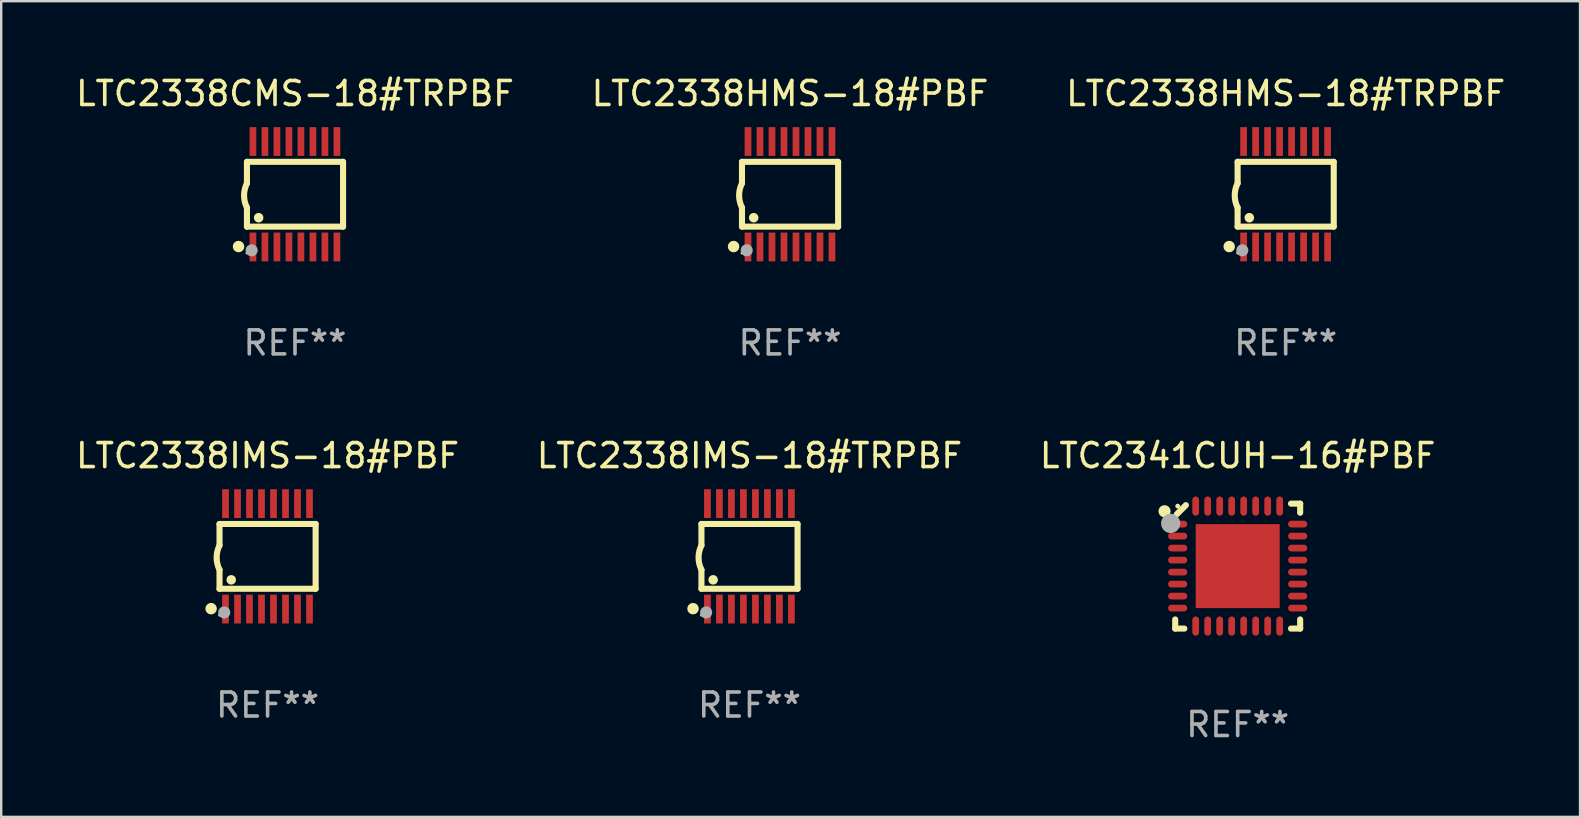
<source format=kicad_pcb>
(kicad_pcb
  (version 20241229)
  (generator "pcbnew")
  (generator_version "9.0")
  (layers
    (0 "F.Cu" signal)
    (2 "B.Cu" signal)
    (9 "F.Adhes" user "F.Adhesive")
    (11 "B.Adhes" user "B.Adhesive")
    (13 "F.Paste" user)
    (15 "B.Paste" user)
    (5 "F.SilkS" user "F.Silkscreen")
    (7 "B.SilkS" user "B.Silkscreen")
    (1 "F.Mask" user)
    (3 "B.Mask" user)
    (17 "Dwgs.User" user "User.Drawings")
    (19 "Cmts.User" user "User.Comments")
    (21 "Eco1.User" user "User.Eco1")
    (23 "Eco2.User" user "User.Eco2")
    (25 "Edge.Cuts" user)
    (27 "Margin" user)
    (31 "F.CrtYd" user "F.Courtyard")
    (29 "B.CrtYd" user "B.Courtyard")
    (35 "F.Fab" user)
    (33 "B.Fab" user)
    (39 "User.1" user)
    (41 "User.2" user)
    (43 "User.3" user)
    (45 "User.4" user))
  (footprint "LTC2338IMS-18#TRPBF"
    (layer "F.Cu")
    (at 28.185 20.136)
    (property "Reference" "LTC2338IMS-18#TRPBF" (at 0 -4.197 0) (layer "F.SilkS") (effects (font (size 1 1) (thickness 0.15))))
    (attr through_hole)
    (fp_line (start -2.003 -1.35) (end -2.003 -0.457) (stroke (width 0.254) (type solid)) (layer "F.SilkS"))
    (fp_line (start -2.003 -1.35) (end 2.003 -1.35) (stroke (width 0.254) (type solid)) (layer "F.SilkS"))
    (fp_line (start -2.003 1.35) (end -2.003 0.559) (stroke (width 0.254) (type solid)) (layer "F.SilkS"))
    (fp_line (start -2.003 1.35) (end 2.003 1.35) (stroke (width 0.254) (type solid)) (layer "F.SilkS"))
    (fp_line (start 2.003 -1.35) (end 2.003 1.35) (stroke (width 0.254) (type solid)) (layer "F.SilkS"))
    (fp_arc (start -2.002286 0.558802) (mid -2.122556 0.05092) (end -2.003302 -0.457201) (stroke (width 0.254001) (type solid)) (layer "F.SilkS"))
    (fp_circle (center -2.353 2.18) (end -2.233 2.18) (stroke (width 0.24) (type solid)) (fill no) (layer "F.SilkS"))
    (fp_circle (center -2.003 2.45) (end -1.973 2.45) (stroke (width 0.06) (type solid)) (fill no) (layer "F.SilkS"))
    (fp_circle (center -1.515 0.978) (end -1.415 0.978) (stroke (width 0.2) (type solid)) (fill no) (layer "F.SilkS"))
    (fp_circle (center -1.807 2.337) (end -1.68 2.337) (stroke (width 0.254) (type solid)) (fill no) (layer "F.Fab"))
    (fp_text user "REF**" (at 0 6.197 0) (layer "F.Fab") (effects (font (size 1 1) (thickness 0.15))))
    (pad "1" smd rect (at -1.753 2.197 90) (size 1.2 0.28) (layers "F.Cu" "F.Mask" "F.Paste"))
    (pad "2" smd rect (at -1.253 2.197 90) (size 1.2 0.28) (layers "F.Cu" "F.Mask" "F.Paste"))
    (pad "3" smd rect (at -0.753 2.197 90) (size 1.2 0.28) (layers "F.Cu" "F.Mask" "F.Paste"))
    (pad "4" smd rect (at -0.253 2.197 90) (size 1.2 0.28) (layers "F.Cu" "F.Mask" "F.Paste"))
    (pad "5" smd rect (at 0.247 2.197 90) (size 1.2 0.28) (layers "F.Cu" "F.Mask" "F.Paste"))
    (pad "6" smd rect (at 0.747 2.197 90) (size 1.2 0.28) (layers "F.Cu" "F.Mask" "F.Paste"))
    (pad "7" smd rect (at 1.247 2.197 90) (size 1.2 0.28) (layers "F.Cu" "F.Mask" "F.Paste"))
    (pad "8" smd rect (at 1.747 2.197 90) (size 1.2 0.28) (layers "F.Cu" "F.Mask" "F.Paste"))
    (pad "9" smd rect (at 1.747 -2.197 90) (size 1.2 0.28) (layers "F.Cu" "F.Mask" "F.Paste"))
    (pad "10" smd rect (at 1.247 -2.197 90) (size 1.2 0.28) (layers "F.Cu" "F.Mask" "F.Paste"))
    (pad "11" smd rect (at 0.747 -2.197 90) (size 1.2 0.28) (layers "F.Cu" "F.Mask" "F.Paste"))
    (pad "12" smd rect (at 0.247 -2.197 90) (size 1.2 0.28) (layers "F.Cu" "F.Mask" "F.Paste"))
    (pad "13" smd rect (at -0.253 -2.197 90) (size 1.2 0.28) (layers "F.Cu" "F.Mask" "F.Paste"))
    (pad "14" smd rect (at -0.753 -2.197 90) (size 1.2 0.28) (layers "F.Cu" "F.Mask" "F.Paste"))
    (pad "15" smd rect (at -1.253 -2.197 90) (size 1.2 0.28) (layers "F.Cu" "F.Mask" "F.Paste"))
    (pad "16" smd rect (at -1.753 -2.197 90) (size 1.2 0.28) (layers "F.Cu" "F.Mask" "F.Paste")))
  (footprint "LTC2338HMS-18#TRPBF"
    (layer "F.Cu")
    (at 50.53 5.045)
    (property "Reference" "LTC2338HMS-18#TRPBF" (at 0 -4.197 0) (layer "F.SilkS") (effects (font (size 1 1) (thickness 0.15))))
    (attr through_hole)
    (fp_line (start -2.003 -1.35) (end -2.003 -0.457) (stroke (width 0.254) (type solid)) (layer "F.SilkS"))
    (fp_line (start -2.003 -1.35) (end 2.003 -1.35) (stroke (width 0.254) (type solid)) (layer "F.SilkS"))
    (fp_line (start -2.003 1.35) (end -2.003 0.559) (stroke (width 0.254) (type solid)) (layer "F.SilkS"))
    (fp_line (start -2.003 1.35) (end 2.003 1.35) (stroke (width 0.254) (type solid)) (layer "F.SilkS"))
    (fp_line (start 2.003 -1.35) (end 2.003 1.35) (stroke (width 0.254) (type solid)) (layer "F.SilkS"))
    (fp_arc (start -2.002286 0.558802) (mid -2.122556 0.05092) (end -2.003302 -0.457201) (stroke (width 0.254001) (type solid)) (layer "F.SilkS"))
    (fp_circle (center -2.353 2.18) (end -2.233 2.18) (stroke (width 0.24) (type solid)) (fill no) (layer "F.SilkS"))
    (fp_circle (center -2.003 2.45) (end -1.973 2.45) (stroke (width 0.06) (type solid)) (fill no) (layer "F.SilkS"))
    (fp_circle (center -1.515 0.978) (end -1.415 0.978) (stroke (width 0.2) (type solid)) (fill no) (layer "F.SilkS"))
    (fp_circle (center -1.807 2.337) (end -1.68 2.337) (stroke (width 0.254) (type solid)) (fill no) (layer "F.Fab"))
    (fp_text user "REF**" (at 0 6.197 0) (layer "F.Fab") (effects (font (size 1 1) (thickness 0.15))))
    (pad "1" smd rect (at -1.753 2.197 90) (size 1.2 0.28) (layers "F.Cu" "F.Mask" "F.Paste"))
    (pad "2" smd rect (at -1.253 2.197 90) (size 1.2 0.28) (layers "F.Cu" "F.Mask" "F.Paste"))
    (pad "3" smd rect (at -0.753 2.197 90) (size 1.2 0.28) (layers "F.Cu" "F.Mask" "F.Paste"))
    (pad "4" smd rect (at -0.253 2.197 90) (size 1.2 0.28) (layers "F.Cu" "F.Mask" "F.Paste"))
    (pad "5" smd rect (at 0.247 2.197 90) (size 1.2 0.28) (layers "F.Cu" "F.Mask" "F.Paste"))
    (pad "6" smd rect (at 0.747 2.197 90) (size 1.2 0.28) (layers "F.Cu" "F.Mask" "F.Paste"))
    (pad "7" smd rect (at 1.247 2.197 90) (size 1.2 0.28) (layers "F.Cu" "F.Mask" "F.Paste"))
    (pad "8" smd rect (at 1.747 2.197 90) (size 1.2 0.28) (layers "F.Cu" "F.Mask" "F.Paste"))
    (pad "9" smd rect (at 1.747 -2.197 90) (size 1.2 0.28) (layers "F.Cu" "F.Mask" "F.Paste"))
    (pad "10" smd rect (at 1.247 -2.197 90) (size 1.2 0.28) (layers "F.Cu" "F.Mask" "F.Paste"))
    (pad "11" smd rect (at 0.747 -2.197 90) (size 1.2 0.28) (layers "F.Cu" "F.Mask" "F.Paste"))
    (pad "12" smd rect (at 0.247 -2.197 90) (size 1.2 0.28) (layers "F.Cu" "F.Mask" "F.Paste"))
    (pad "13" smd rect (at -0.253 -2.197 90) (size 1.2 0.28) (layers "F.Cu" "F.Mask" "F.Paste"))
    (pad "14" smd rect (at -0.753 -2.197 90) (size 1.2 0.28) (layers "F.Cu" "F.Mask" "F.Paste"))
    (pad "15" smd rect (at -1.253 -2.197 90) (size 1.2 0.28) (layers "F.Cu" "F.Mask" "F.Paste"))
    (pad "16" smd rect (at -1.753 -2.197 90) (size 1.2 0.28) (layers "F.Cu" "F.Mask" "F.Paste")))
  (footprint "LTC2338CMS-18#TRPBF"
    (layer "F.Cu")
    (at 9.244 5.045)
    (property "Reference" "LTC2338CMS-18#TRPBF" (at 0 -4.197 0) (layer "F.SilkS") (effects (font (size 1 1) (thickness 0.15))))
    (attr through_hole)
    (fp_line (start -2.003 -1.35) (end -2.003 -0.457) (stroke (width 0.254) (type solid)) (layer "F.SilkS"))
    (fp_line (start -2.003 -1.35) (end 2.003 -1.35) (stroke (width 0.254) (type solid)) (layer "F.SilkS"))
    (fp_line (start -2.003 1.35) (end -2.003 0.559) (stroke (width 0.254) (type solid)) (layer "F.SilkS"))
    (fp_line (start -2.003 1.35) (end 2.003 1.35) (stroke (width 0.254) (type solid)) (layer "F.SilkS"))
    (fp_line (start 2.003 -1.35) (end 2.003 1.35) (stroke (width 0.254) (type solid)) (layer "F.SilkS"))
    (fp_arc (start -2.002286 0.558802) (mid -2.122556 0.05092) (end -2.003302 -0.457201) (stroke (width 0.254001) (type solid)) (layer "F.SilkS"))
    (fp_circle (center -2.353 2.18) (end -2.233 2.18) (stroke (width 0.24) (type solid)) (fill no) (layer "F.SilkS"))
    (fp_circle (center -2.003 2.45) (end -1.973 2.45) (stroke (width 0.06) (type solid)) (fill no) (layer "F.SilkS"))
    (fp_circle (center -1.515 0.978) (end -1.415 0.978) (stroke (width 0.2) (type solid)) (fill no) (layer "F.SilkS"))
    (fp_circle (center -1.807 2.337) (end -1.68 2.337) (stroke (width 0.254) (type solid)) (fill no) (layer "F.Fab"))
    (fp_text user "REF**" (at 0 6.197 0) (layer "F.Fab") (effects (font (size 1 1) (thickness 0.15))))
    (pad "1" smd rect (at -1.753 2.197 90) (size 1.2 0.28) (layers "F.Cu" "F.Mask" "F.Paste"))
    (pad "2" smd rect (at -1.253 2.197 90) (size 1.2 0.28) (layers "F.Cu" "F.Mask" "F.Paste"))
    (pad "3" smd rect (at -0.753 2.197 90) (size 1.2 0.28) (layers "F.Cu" "F.Mask" "F.Paste"))
    (pad "4" smd rect (at -0.253 2.197 90) (size 1.2 0.28) (layers "F.Cu" "F.Mask" "F.Paste"))
    (pad "5" smd rect (at 0.247 2.197 90) (size 1.2 0.28) (layers "F.Cu" "F.Mask" "F.Paste"))
    (pad "6" smd rect (at 0.747 2.197 90) (size 1.2 0.28) (layers "F.Cu" "F.Mask" "F.Paste"))
    (pad "7" smd rect (at 1.247 2.197 90) (size 1.2 0.28) (layers "F.Cu" "F.Mask" "F.Paste"))
    (pad "8" smd rect (at 1.747 2.197 90) (size 1.2 0.28) (layers "F.Cu" "F.Mask" "F.Paste"))
    (pad "9" smd rect (at 1.747 -2.197 90) (size 1.2 0.28) (layers "F.Cu" "F.Mask" "F.Paste"))
    (pad "10" smd rect (at 1.247 -2.197 90) (size 1.2 0.28) (layers "F.Cu" "F.Mask" "F.Paste"))
    (pad "11" smd rect (at 0.747 -2.197 90) (size 1.2 0.28) (layers "F.Cu" "F.Mask" "F.Paste"))
    (pad "12" smd rect (at 0.247 -2.197 90) (size 1.2 0.28) (layers "F.Cu" "F.Mask" "F.Paste"))
    (pad "13" smd rect (at -0.253 -2.197 90) (size 1.2 0.28) (layers "F.Cu" "F.Mask" "F.Paste"))
    (pad "14" smd rect (at -0.753 -2.197 90) (size 1.2 0.28) (layers "F.Cu" "F.Mask" "F.Paste"))
    (pad "15" smd rect (at -1.253 -2.197 90) (size 1.2 0.28) (layers "F.Cu" "F.Mask" "F.Paste"))
    (pad "16" smd rect (at -1.753 -2.197 90) (size 1.2 0.28) (layers "F.Cu" "F.Mask" "F.Paste")))
  (footprint "LTC2338IMS-18#PBF"
    (layer "F.Cu")
    (at 8.101 20.136)
    (property "Reference" "LTC2338IMS-18#PBF" (at 0 -4.197 0) (layer "F.SilkS") (effects (font (size 1 1) (thickness 0.15))))
    (attr through_hole)
    (fp_line (start -2.003 -1.35) (end -2.003 -0.457) (stroke (width 0.254) (type solid)) (layer "F.SilkS"))
    (fp_line (start -2.003 -1.35) (end 2.003 -1.35) (stroke (width 0.254) (type solid)) (layer "F.SilkS"))
    (fp_line (start -2.003 1.35) (end -2.003 0.559) (stroke (width 0.254) (type solid)) (layer "F.SilkS"))
    (fp_line (start -2.003 1.35) (end 2.003 1.35) (stroke (width 0.254) (type solid)) (layer "F.SilkS"))
    (fp_line (start 2.003 -1.35) (end 2.003 1.35) (stroke (width 0.254) (type solid)) (layer "F.SilkS"))
    (fp_arc (start -2.002286 0.558802) (mid -2.122556 0.05092) (end -2.003302 -0.457201) (stroke (width 0.254001) (type solid)) (layer "F.SilkS"))
    (fp_circle (center -2.353 2.18) (end -2.233 2.18) (stroke (width 0.24) (type solid)) (fill no) (layer "F.SilkS"))
    (fp_circle (center -2.003 2.45) (end -1.973 2.45) (stroke (width 0.06) (type solid)) (fill no) (layer "F.SilkS"))
    (fp_circle (center -1.515 0.978) (end -1.415 0.978) (stroke (width 0.2) (type solid)) (fill no) (layer "F.SilkS"))
    (fp_circle (center -1.807 2.337) (end -1.68 2.337) (stroke (width 0.254) (type solid)) (fill no) (layer "F.Fab"))
    (fp_text user "REF**" (at 0 6.197 0) (layer "F.Fab") (effects (font (size 1 1) (thickness 0.15))))
    (pad "1" smd rect (at -1.753 2.197 90) (size 1.2 0.28) (layers "F.Cu" "F.Mask" "F.Paste"))
    (pad "2" smd rect (at -1.253 2.197 90) (size 1.2 0.28) (layers "F.Cu" "F.Mask" "F.Paste"))
    (pad "3" smd rect (at -0.753 2.197 90) (size 1.2 0.28) (layers "F.Cu" "F.Mask" "F.Paste"))
    (pad "4" smd rect (at -0.253 2.197 90) (size 1.2 0.28) (layers "F.Cu" "F.Mask" "F.Paste"))
    (pad "5" smd rect (at 0.247 2.197 90) (size 1.2 0.28) (layers "F.Cu" "F.Mask" "F.Paste"))
    (pad "6" smd rect (at 0.747 2.197 90) (size 1.2 0.28) (layers "F.Cu" "F.Mask" "F.Paste"))
    (pad "7" smd rect (at 1.247 2.197 90) (size 1.2 0.28) (layers "F.Cu" "F.Mask" "F.Paste"))
    (pad "8" smd rect (at 1.747 2.197 90) (size 1.2 0.28) (layers "F.Cu" "F.Mask" "F.Paste"))
    (pad "9" smd rect (at 1.747 -2.197 90) (size 1.2 0.28) (layers "F.Cu" "F.Mask" "F.Paste"))
    (pad "10" smd rect (at 1.247 -2.197 90) (size 1.2 0.28) (layers "F.Cu" "F.Mask" "F.Paste"))
    (pad "11" smd rect (at 0.747 -2.197 90) (size 1.2 0.28) (layers "F.Cu" "F.Mask" "F.Paste"))
    (pad "12" smd rect (at 0.247 -2.197 90) (size 1.2 0.28) (layers "F.Cu" "F.Mask" "F.Paste"))
    (pad "13" smd rect (at -0.253 -2.197 90) (size 1.2 0.28) (layers "F.Cu" "F.Mask" "F.Paste"))
    (pad "14" smd rect (at -0.753 -2.197 90) (size 1.2 0.28) (layers "F.Cu" "F.Mask" "F.Paste"))
    (pad "15" smd rect (at -1.253 -2.197 90) (size 1.2 0.28) (layers "F.Cu" "F.Mask" "F.Paste"))
    (pad "16" smd rect (at -1.753 -2.197 90) (size 1.2 0.28) (layers "F.Cu" "F.Mask" "F.Paste")))
  (footprint "LTC2338HMS-18#PBF"
    (layer "F.Cu")
    (at 29.875 5.045)
    (property "Reference" "LTC2338HMS-18#PBF" (at 0 -4.197 0) (layer "F.SilkS") (effects (font (size 1 1) (thickness 0.15))))
    (attr through_hole)
    (fp_line (start -2.003 -1.35) (end -2.003 -0.457) (stroke (width 0.254) (type solid)) (layer "F.SilkS"))
    (fp_line (start -2.003 -1.35) (end 2.003 -1.35) (stroke (width 0.254) (type solid)) (layer "F.SilkS"))
    (fp_line (start -2.003 1.35) (end -2.003 0.559) (stroke (width 0.254) (type solid)) (layer "F.SilkS"))
    (fp_line (start -2.003 1.35) (end 2.003 1.35) (stroke (width 0.254) (type solid)) (layer "F.SilkS"))
    (fp_line (start 2.003 -1.35) (end 2.003 1.35) (stroke (width 0.254) (type solid)) (layer "F.SilkS"))
    (fp_arc (start -2.002286 0.558802) (mid -2.122556 0.05092) (end -2.003302 -0.457201) (stroke (width 0.254001) (type solid)) (layer "F.SilkS"))
    (fp_circle (center -2.353 2.18) (end -2.233 2.18) (stroke (width 0.24) (type solid)) (fill no) (layer "F.SilkS"))
    (fp_circle (center -2.003 2.45) (end -1.973 2.45) (stroke (width 0.06) (type solid)) (fill no) (layer "F.SilkS"))
    (fp_circle (center -1.515 0.978) (end -1.415 0.978) (stroke (width 0.2) (type solid)) (fill no) (layer "F.SilkS"))
    (fp_circle (center -1.807 2.337) (end -1.68 2.337) (stroke (width 0.254) (type solid)) (fill no) (layer "F.Fab"))
    (fp_text user "REF**" (at 0 6.197 0) (layer "F.Fab") (effects (font (size 1 1) (thickness 0.15))))
    (pad "1" smd rect (at -1.753 2.197 90) (size 1.2 0.28) (layers "F.Cu" "F.Mask" "F.Paste"))
    (pad "2" smd rect (at -1.253 2.197 90) (size 1.2 0.28) (layers "F.Cu" "F.Mask" "F.Paste"))
    (pad "3" smd rect (at -0.753 2.197 90) (size 1.2 0.28) (layers "F.Cu" "F.Mask" "F.Paste"))
    (pad "4" smd rect (at -0.253 2.197 90) (size 1.2 0.28) (layers "F.Cu" "F.Mask" "F.Paste"))
    (pad "5" smd rect (at 0.247 2.197 90) (size 1.2 0.28) (layers "F.Cu" "F.Mask" "F.Paste"))
    (pad "6" smd rect (at 0.747 2.197 90) (size 1.2 0.28) (layers "F.Cu" "F.Mask" "F.Paste"))
    (pad "7" smd rect (at 1.247 2.197 90) (size 1.2 0.28) (layers "F.Cu" "F.Mask" "F.Paste"))
    (pad "8" smd rect (at 1.747 2.197 90) (size 1.2 0.28) (layers "F.Cu" "F.Mask" "F.Paste"))
    (pad "9" smd rect (at 1.747 -2.197 90) (size 1.2 0.28) (layers "F.Cu" "F.Mask" "F.Paste"))
    (pad "10" smd rect (at 1.247 -2.197 90) (size 1.2 0.28) (layers "F.Cu" "F.Mask" "F.Paste"))
    (pad "11" smd rect (at 0.747 -2.197 90) (size 1.2 0.28) (layers "F.Cu" "F.Mask" "F.Paste"))
    (pad "12" smd rect (at 0.247 -2.197 90) (size 1.2 0.28) (layers "F.Cu" "F.Mask" "F.Paste"))
    (pad "13" smd rect (at -0.253 -2.197 90) (size 1.2 0.28) (layers "F.Cu" "F.Mask" "F.Paste"))
    (pad "14" smd rect (at -0.753 -2.197 90) (size 1.2 0.28) (layers "F.Cu" "F.Mask" "F.Paste"))
    (pad "15" smd rect (at -1.253 -2.197 90) (size 1.2 0.28) (layers "F.Cu" "F.Mask" "F.Paste"))
    (pad "16" smd rect (at -1.753 -2.197 90) (size 1.2 0.28) (layers "F.Cu" "F.Mask" "F.Paste")))
  (footprint "LTC2341CUH-16#PBF"
    (layer "F.Cu")
    (at 48.53 20.542)
    (property "Reference" "LTC2341CUH-16#PBF" (at 0 -4.604 0) (layer "F.SilkS") (effects (font (size 1 1) (thickness 0.15))))
    (attr through_hole)
    (fp_line (start -2.604 2.223) (end -2.604 2.604) (stroke (width 0.254) (type solid)) (layer "F.SilkS"))
    (fp_line (start -2.604 2.604) (end -2.223 2.604) (stroke (width 0.254) (type solid)) (layer "F.SilkS"))
    (fp_line (start -2.159 -2.54) (end -2.54 -2.159) (stroke (width 0.254) (type solid)) (layer "F.SilkS"))
    (fp_line (start 2.223 2.604) (end 2.604 2.604) (stroke (width 0.254) (type solid)) (layer "F.SilkS"))
    (fp_line (start 2.604 -2.604) (end 2.223 -2.604) (stroke (width 0.254) (type solid)) (layer "F.SilkS"))
    (fp_line (start 2.604 -2.223) (end 2.604 -2.604) (stroke (width 0.254) (type solid)) (layer "F.SilkS"))
    (fp_line (start 2.604 2.604) (end 2.604 2.223) (stroke (width 0.254) (type solid)) (layer "F.SilkS"))
    (fp_circle (center -3.048 -2.286) (end -2.921 -2.286) (stroke (width 0.254) (type solid)) (fill no) (layer "F.SilkS"))
    (fp_circle (center -2.5 -2.5) (end -2.45 -2.5) (stroke (width 0.1) (type solid)) (fill no) (layer "F.SilkS"))
    (fp_circle (center -2.794 -1.778) (end -2.594 -1.778) (stroke (width 0.4) (type solid)) (fill no) (layer "F.Fab"))
    (fp_text user "REF**" (at 0 6.604 0) (layer "F.Fab") (effects (font (size 1 1) (thickness 0.15))))
    (pad "1" smd oval (at -2.5 -1.75) (size 0.8 0.28) (layers "F.Cu" "F.Mask" "F.Paste"))
    (pad "2" smd oval (at -2.5 -1.25) (size 0.8 0.28) (layers "F.Cu" "F.Mask" "F.Paste"))
    (pad "3" smd oval (at -2.5 -0.75) (size 0.8 0.28) (layers "F.Cu" "F.Mask" "F.Paste"))
    (pad "4" smd oval (at -2.5 -0.25) (size 0.8 0.28) (layers "F.Cu" "F.Mask" "F.Paste"))
    (pad "5" smd oval (at -2.5 0.25) (size 0.8 0.28) (layers "F.Cu" "F.Mask" "F.Paste"))
    (pad "6" smd oval (at -2.5 0.75) (size 0.8 0.28) (layers "F.Cu" "F.Mask" "F.Paste"))
    (pad "7" smd oval (at -2.5 1.25) (size 0.8 0.28) (layers "F.Cu" "F.Mask" "F.Paste"))
    (pad "8" smd oval (at -2.5 1.75) (size 0.8 0.28) (layers "F.Cu" "F.Mask" "F.Paste"))
    (pad "9" smd oval (at -1.75 2.5) (size 0.28 0.8) (layers "F.Cu" "F.Mask" "F.Paste"))
    (pad "10" smd oval (at -1.25 2.5) (size 0.28 0.8) (layers "F.Cu" "F.Mask" "F.Paste"))
    (pad "11" smd oval (at -0.75 2.5) (size 0.28 0.8) (layers "F.Cu" "F.Mask" "F.Paste"))
    (pad "12" smd oval (at -0.25 2.5) (size 0.28 0.8) (layers "F.Cu" "F.Mask" "F.Paste"))
    (pad "13" smd oval (at 0.25 2.5) (size 0.28 0.8) (layers "F.Cu" "F.Mask" "F.Paste"))
    (pad "14" smd oval (at 0.75 2.5) (size 0.28 0.8) (layers "F.Cu" "F.Mask" "F.Paste"))
    (pad "15" smd oval (at 1.25 2.5) (size 0.28 0.8) (layers "F.Cu" "F.Mask" "F.Paste"))
    (pad "16" smd oval (at 1.75 2.5) (size 0.28 0.8) (layers "F.Cu" "F.Mask" "F.Paste"))
    (pad "17" smd oval (at 2.5 1.75) (size 0.8 0.28) (layers "F.Cu" "F.Mask" "F.Paste"))
    (pad "18" smd oval (at 2.5 1.25) (size 0.8 0.28) (layers "F.Cu" "F.Mask" "F.Paste"))
    (pad "19" smd oval (at 2.5 0.75) (size 0.8 0.28) (layers "F.Cu" "F.Mask" "F.Paste"))
    (pad "20" smd oval (at 2.5 0.25) (size 0.8 0.28) (layers "F.Cu" "F.Mask" "F.Paste"))
    (pad "21" smd oval (at 2.5 -0.25) (size 0.8 0.28) (layers "F.Cu" "F.Mask" "F.Paste"))
    (pad "22" smd oval (at 2.5 -0.75) (size 0.8 0.28) (layers "F.Cu" "F.Mask" "F.Paste"))
    (pad "23" smd oval (at 2.5 -1.25) (size 0.8 0.28) (layers "F.Cu" "F.Mask" "F.Paste"))
    (pad "24" smd oval (at 2.5 -1.75) (size 0.8 0.28) (layers "F.Cu" "F.Mask" "F.Paste"))
    (pad "25" smd oval (at 1.75 -2.5) (size 0.28 0.8) (layers "F.Cu" "F.Mask" "F.Paste"))
    (pad "26" smd oval (at 1.25 -2.5) (size 0.28 0.8) (layers "F.Cu" "F.Mask" "F.Paste"))
    (pad "27" smd oval (at 0.75 -2.5) (size 0.28 0.8) (layers "F.Cu" "F.Mask" "F.Paste"))
    (pad "28" smd oval (at 0.25 -2.5) (size 0.28 0.8) (layers "F.Cu" "F.Mask" "F.Paste"))
    (pad "29" smd oval (at -0.25 -2.5) (size 0.28 0.8) (layers "F.Cu" "F.Mask" "F.Paste"))
    (pad "30" smd oval (at -0.75 -2.5) (size 0.28 0.8) (layers "F.Cu" "F.Mask" "F.Paste"))
    (pad "31" smd oval (at -1.25 -2.5) (size 0.28 0.8) (layers "F.Cu" "F.Mask" "F.Paste"))
    (pad "32" smd oval (at -1.75 -2.5) (size 0.28 0.8) (layers "F.Cu" "F.Mask" "F.Paste"))
    (pad "33" smd rect (at 0.000076 0.000076) (size 3.5 3.5) (layers "F.Cu" "F.Mask" "F.Paste")))
  (gr_rect
    (start -3 -3)
    (end 62.798 30.994)
    (stroke (width 0.1) (type default))
    (fill no)
    (layer "Edge.Cuts")))
</source>
